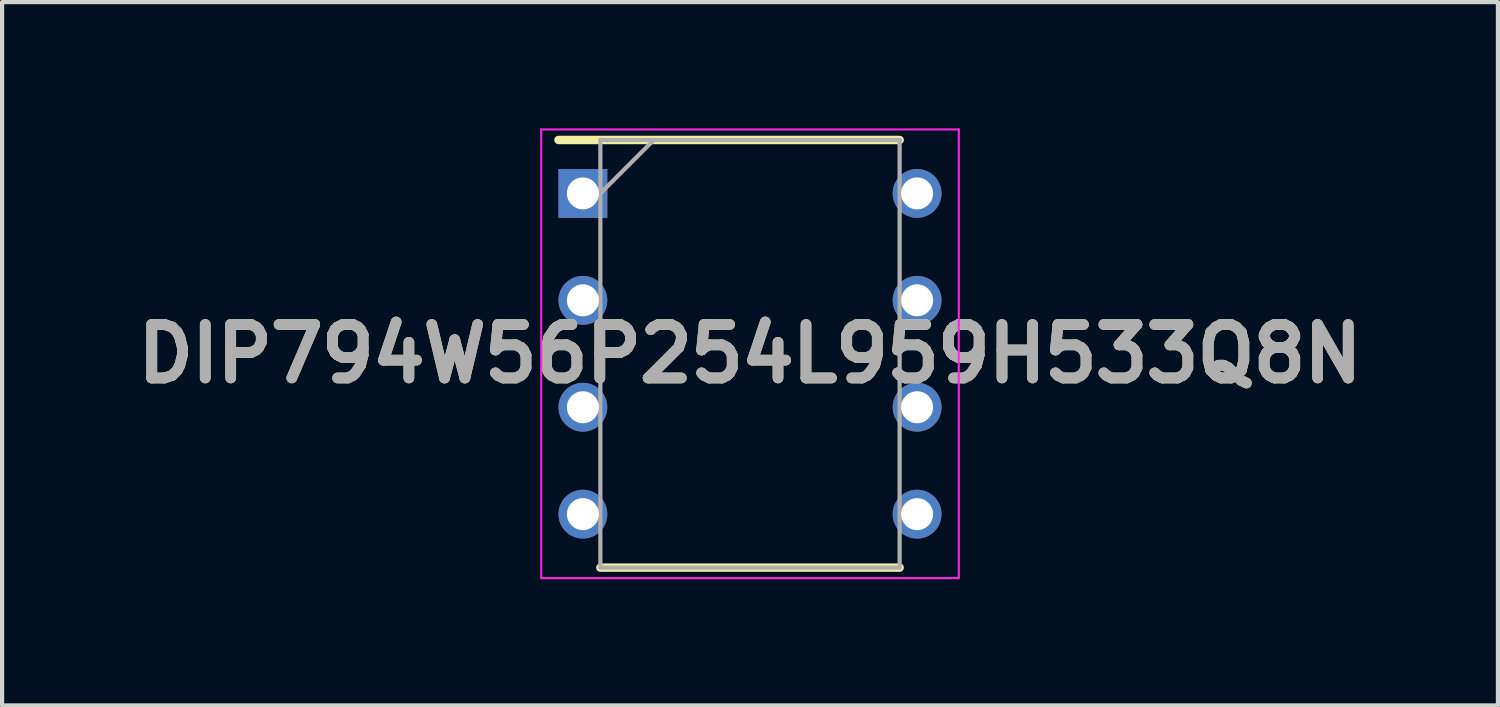
<source format=kicad_pcb>
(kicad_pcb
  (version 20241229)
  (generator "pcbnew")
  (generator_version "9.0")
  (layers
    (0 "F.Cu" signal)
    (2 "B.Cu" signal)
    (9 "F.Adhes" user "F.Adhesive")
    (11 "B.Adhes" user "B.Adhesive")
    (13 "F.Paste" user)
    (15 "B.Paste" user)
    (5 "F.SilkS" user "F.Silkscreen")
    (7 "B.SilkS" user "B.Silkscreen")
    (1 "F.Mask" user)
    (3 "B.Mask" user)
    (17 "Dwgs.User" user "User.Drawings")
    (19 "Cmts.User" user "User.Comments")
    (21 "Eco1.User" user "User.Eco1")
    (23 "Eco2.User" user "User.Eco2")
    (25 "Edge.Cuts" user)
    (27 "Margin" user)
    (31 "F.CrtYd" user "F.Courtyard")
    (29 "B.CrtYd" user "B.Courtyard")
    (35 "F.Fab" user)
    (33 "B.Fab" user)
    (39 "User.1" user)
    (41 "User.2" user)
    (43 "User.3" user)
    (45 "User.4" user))
  (footprint "DIP794W56P254L959H533Q8N"
    (layer "F.Cu")
    (at 14.768 5.355)
    (property "Reference" "DIP794W56P254L959H533Q8N" (at 0 0 0) (layer "F.SilkS") (effects (font (size 1.27 1.27) (thickness 0.254))))
    (attr through_hole)
    (fp_line (start -4.55 -5.08) (end 3.555 -5.08) (stroke (width 0.2) (type solid)) (layer "F.SilkS"))
    (fp_line (start -3.555 5.08) (end 3.555 5.08) (stroke (width 0.2) (type solid)) (layer "F.SilkS"))
    (fp_line (start -4.96 -5.33) (end 4.96 -5.33) (stroke (width 0.05) (type solid)) (layer "F.CrtYd"))
    (fp_line (start -4.96 5.33) (end -4.96 -5.33) (stroke (width 0.05) (type solid)) (layer "F.CrtYd"))
    (fp_line (start 4.96 -5.33) (end 4.96 5.33) (stroke (width 0.05) (type solid)) (layer "F.CrtYd"))
    (fp_line (start 4.96 5.33) (end -4.96 5.33) (stroke (width 0.05) (type solid)) (layer "F.CrtYd"))
    (fp_line (start -3.555 -5.08) (end 3.555 -5.08) (stroke (width 0.1) (type solid)) (layer "F.Fab"))
    (fp_line (start -3.555 -3.81) (end -2.285 -5.08) (stroke (width 0.1) (type solid)) (layer "F.Fab"))
    (fp_line (start -3.555 5.08) (end -3.555 -5.08) (stroke (width 0.1) (type solid)) (layer "F.Fab"))
    (fp_line (start 3.555 -5.08) (end 3.555 5.08) (stroke (width 0.1) (type solid)) (layer "F.Fab"))
    (fp_line (start 3.555 5.08) (end -3.555 5.08) (stroke (width 0.1) (type solid)) (layer "F.Fab"))
    (fp_text user "${REFERENCE}" (at 0 0 0) (layer "F.Fab") (effects (font (size 1.27 1.27) (thickness 0.254))))
    (pad "1" thru_hole rect (at -3.97 -3.81) (size 1.16 1.16) (drill 0.76) (layers "*.Cu" "*.Mask"))
    (pad "2" thru_hole circle (at -3.97 -1.27) (size 1.16 1.16) (drill 0.76) (layers "*.Cu" "*.Mask"))
    (pad "3" thru_hole circle (at -3.97 1.27) (size 1.16 1.16) (drill 0.76) (layers "*.Cu" "*.Mask"))
    (pad "4" thru_hole circle (at -3.97 3.81) (size 1.16 1.16) (drill 0.76) (layers "*.Cu" "*.Mask"))
    (pad "5" thru_hole circle (at 3.97 3.81) (size 1.16 1.16) (drill 0.76) (layers "*.Cu" "*.Mask"))
    (pad "6" thru_hole circle (at 3.97 1.27) (size 1.16 1.16) (drill 0.76) (layers "*.Cu" "*.Mask"))
    (pad "7" thru_hole circle (at 3.97 -1.27) (size 1.16 1.16) (drill 0.76) (layers "*.Cu" "*.Mask"))
    (pad "8" thru_hole circle (at 3.97 -3.81) (size 1.16 1.16) (drill 0.76) (layers "*.Cu" "*.Mask")))
  (gr_rect
    (start -3 -3)
    (end 32.537 13.71)
    (stroke (width 0.1) (type default))
    (fill no)
    (layer "Edge.Cuts")))
</source>
